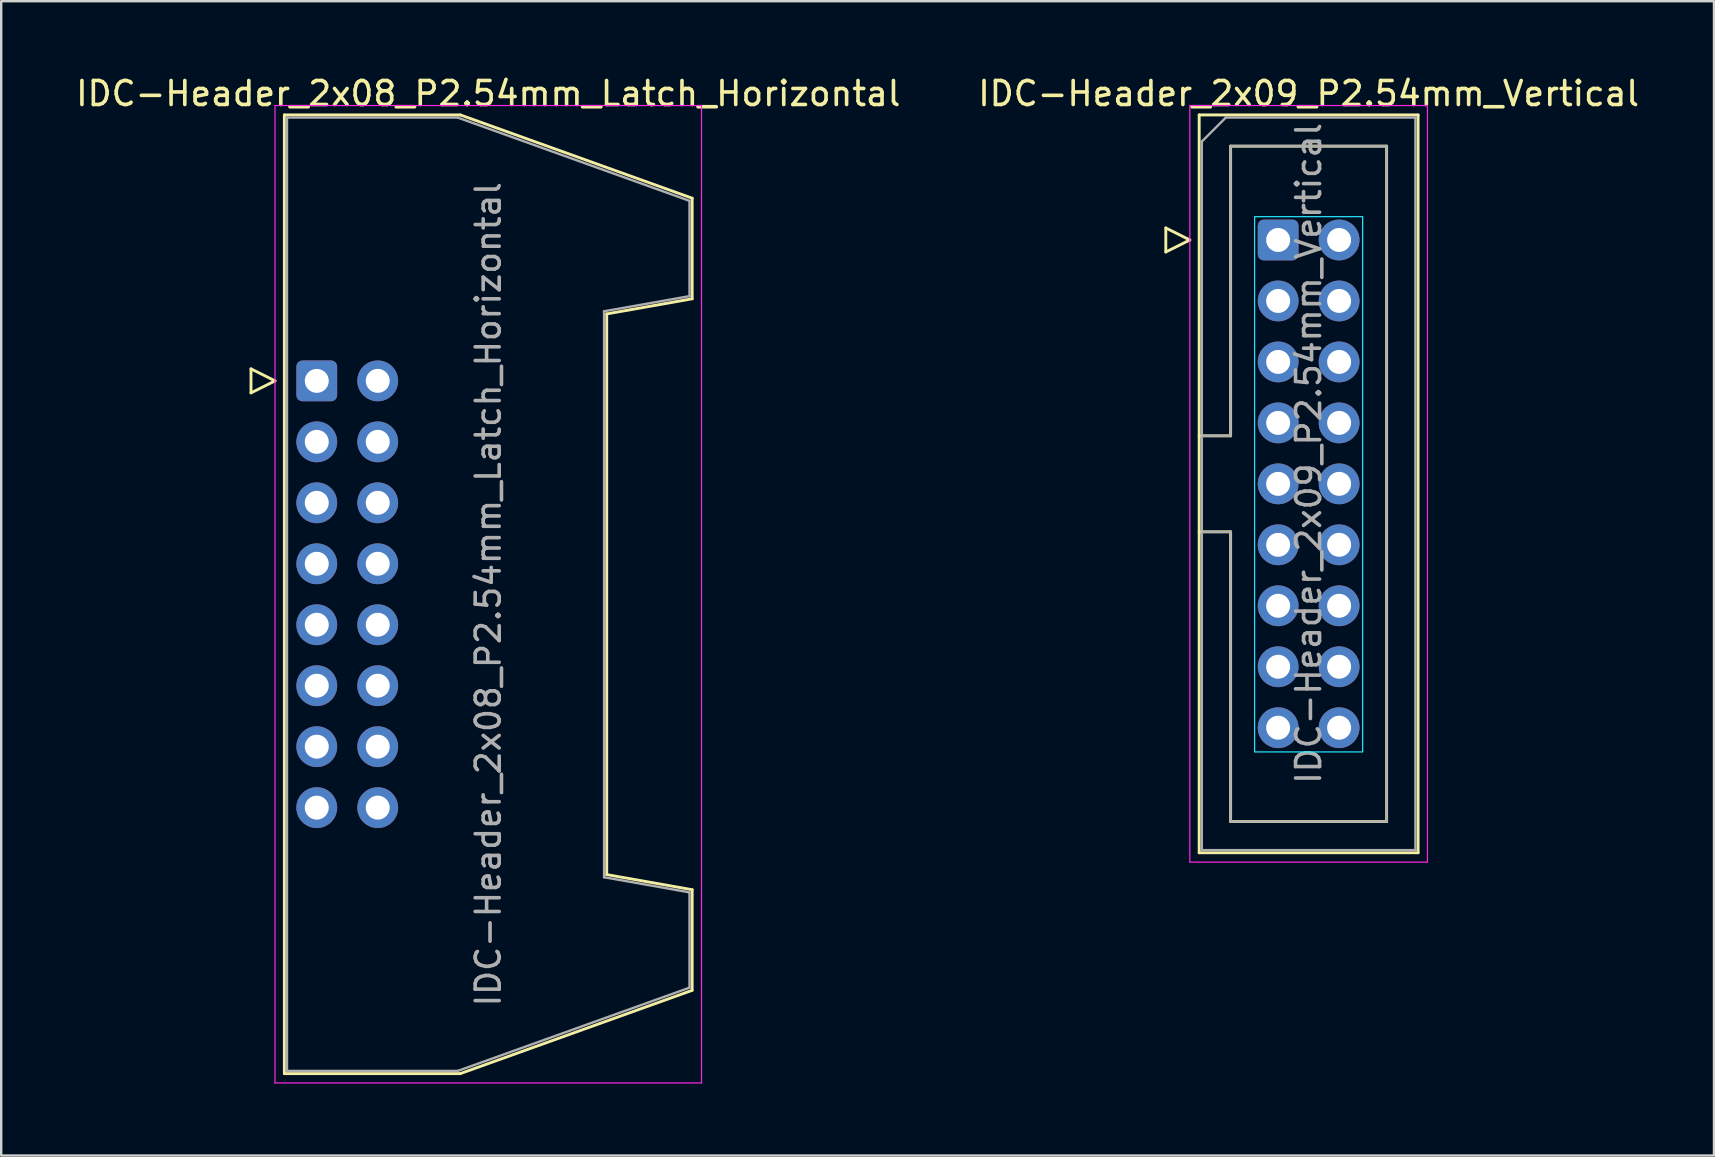
<source format=kicad_pcb>
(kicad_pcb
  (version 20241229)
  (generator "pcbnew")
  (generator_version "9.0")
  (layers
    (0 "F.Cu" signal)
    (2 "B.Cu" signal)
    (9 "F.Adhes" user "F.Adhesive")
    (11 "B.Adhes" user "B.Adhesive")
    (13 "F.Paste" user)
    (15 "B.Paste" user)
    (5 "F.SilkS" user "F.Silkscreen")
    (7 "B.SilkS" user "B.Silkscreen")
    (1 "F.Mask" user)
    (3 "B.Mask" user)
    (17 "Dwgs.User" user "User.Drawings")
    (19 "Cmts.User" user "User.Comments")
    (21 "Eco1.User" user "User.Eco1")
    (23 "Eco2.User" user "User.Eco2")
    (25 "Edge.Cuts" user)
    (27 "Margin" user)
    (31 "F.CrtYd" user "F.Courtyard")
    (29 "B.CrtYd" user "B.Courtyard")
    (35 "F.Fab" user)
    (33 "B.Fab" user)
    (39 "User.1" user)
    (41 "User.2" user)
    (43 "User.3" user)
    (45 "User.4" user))
  (footprint "IDC-Header_2x08_P2.54mm_Latch_Horizontal"
    (layer "F.Cu")
    (at 10.147 12.818)
    (property "Reference" "IDC-Header_2x08_P2.54mm_Latch_Horizontal" (at 7.145 -11.97 0) (layer "F.SilkS") (effects (font (size 1 1) (thickness 0.15))))
    (attr through_hole)
    (fp_line (start -2.74 -0.5) (end -2.74 0.5) (stroke (width 0.12) (type solid)) (layer "F.SilkS"))
    (fp_line (start -2.74 0.5) (end -1.74 0) (stroke (width 0.12) (type solid)) (layer "F.SilkS"))
    (fp_line (start -1.74 0) (end -2.74 -0.5) (stroke (width 0.12) (type solid)) (layer "F.SilkS"))
    (fp_line (start -1.35 -11.08) (end 5.98 -11.08) (stroke (width 0.12) (type solid)) (layer "F.SilkS"))
    (fp_line (start -1.35 28.86) (end -1.35 -11.08) (stroke (width 0.12) (type solid)) (layer "F.SilkS"))
    (fp_line (start 5.98 -11.08) (end 15.64 -7.61) (stroke (width 0.12) (type solid)) (layer "F.SilkS"))
    (fp_line (start 5.98 28.86) (end -1.35 28.86) (stroke (width 0.12) (type solid)) (layer "F.SilkS"))
    (fp_line (start 12.08 -2.79) (end 12.08 20.57) (stroke (width 0.12) (type solid)) (layer "F.SilkS"))
    (fp_line (start 12.08 20.57) (end 15.64 21.2) (stroke (width 0.12) (type solid)) (layer "F.SilkS"))
    (fp_line (start 15.64 -7.61) (end 15.64 -3.42) (stroke (width 0.12) (type solid)) (layer "F.SilkS"))
    (fp_line (start 15.64 -3.42) (end 12.08 -2.79) (stroke (width 0.12) (type solid)) (layer "F.SilkS"))
    (fp_line (start 15.64 21.2) (end 15.64 25.39) (stroke (width 0.12) (type solid)) (layer "F.SilkS"))
    (fp_line (start 15.64 25.39) (end 5.98 28.86) (stroke (width 0.12) (type solid)) (layer "F.SilkS"))
    (fp_line (start -1.74 -11.47) (end -1.74 29.25) (stroke (width 0.05) (type solid)) (layer "F.CrtYd"))
    (fp_line (start -1.74 29.25) (end 16.03 29.25) (stroke (width 0.05) (type solid)) (layer "F.CrtYd"))
    (fp_line (start 16.03 -11.47) (end -1.74 -11.47) (stroke (width 0.05) (type solid)) (layer "F.CrtYd"))
    (fp_line (start 16.03 29.25) (end 16.03 -11.47) (stroke (width 0.05) (type solid)) (layer "F.CrtYd"))
    (fp_line (start -1.24 -10.97) (end 5.87 -10.97) (stroke (width 0.1) (type solid)) (layer "F.Fab"))
    (fp_line (start -1.24 28.75) (end -1.24 -10.97) (stroke (width 0.1) (type solid)) (layer "F.Fab"))
    (fp_line (start 5.87 -10.97) (end 15.53 -7.5) (stroke (width 0.1) (type solid)) (layer "F.Fab"))
    (fp_line (start 5.87 28.75) (end -1.24 28.75) (stroke (width 0.1) (type solid)) (layer "F.Fab"))
    (fp_line (start 11.97 -2.9) (end 11.97 20.68) (stroke (width 0.1) (type solid)) (layer "F.Fab"))
    (fp_line (start 11.97 20.68) (end 15.53 21.31) (stroke (width 0.1) (type solid)) (layer "F.Fab"))
    (fp_line (start 15.53 -7.5) (end 15.53 -3.53) (stroke (width 0.1) (type solid)) (layer "F.Fab"))
    (fp_line (start 15.53 -3.53) (end 11.97 -2.9) (stroke (width 0.1) (type solid)) (layer "F.Fab"))
    (fp_line (start 15.53 21.31) (end 15.53 25.28) (stroke (width 0.1) (type solid)) (layer "F.Fab"))
    (fp_line (start 15.53 25.28) (end 5.87 28.75) (stroke (width 0.1) (type solid)) (layer "F.Fab"))
    (fp_text user "${REFERENCE}" (at 7.145 8.89 90) (layer "F.Fab") (effects (font (size 1 1) (thickness 0.15))))
    (pad "1" thru_hole roundrect (at 0 0) (size 1.7 1.7) (drill 1) (layers "*.Cu" "*.Mask") (roundrect_rratio 0.147))
    (pad "2" thru_hole circle (at 2.54 0) (size 1.7 1.7) (drill 1) (layers "*.Cu" "*.Mask"))
    (pad "3" thru_hole circle (at 0 2.54) (size 1.7 1.7) (drill 1) (layers "*.Cu" "*.Mask"))
    (pad "4" thru_hole circle (at 2.54 2.54) (size 1.7 1.7) (drill 1) (layers "*.Cu" "*.Mask"))
    (pad "5" thru_hole circle (at 0 5.08) (size 1.7 1.7) (drill 1) (layers "*.Cu" "*.Mask"))
    (pad "6" thru_hole circle (at 2.54 5.08) (size 1.7 1.7) (drill 1) (layers "*.Cu" "*.Mask"))
    (pad "7" thru_hole circle (at 0 7.62) (size 1.7 1.7) (drill 1) (layers "*.Cu" "*.Mask"))
    (pad "8" thru_hole circle (at 2.54 7.62) (size 1.7 1.7) (drill 1) (layers "*.Cu" "*.Mask"))
    (pad "9" thru_hole circle (at 0 10.16) (size 1.7 1.7) (drill 1) (layers "*.Cu" "*.Mask"))
    (pad "10" thru_hole circle (at 2.54 10.16) (size 1.7 1.7) (drill 1) (layers "*.Cu" "*.Mask"))
    (pad "11" thru_hole circle (at 0 12.7) (size 1.7 1.7) (drill 1) (layers "*.Cu" "*.Mask"))
    (pad "12" thru_hole circle (at 2.54 12.7) (size 1.7 1.7) (drill 1) (layers "*.Cu" "*.Mask"))
    (pad "13" thru_hole circle (at 0 15.24) (size 1.7 1.7) (drill 1) (layers "*.Cu" "*.Mask"))
    (pad "14" thru_hole circle (at 2.54 15.24) (size 1.7 1.7) (drill 1) (layers "*.Cu" "*.Mask"))
    (pad "15" thru_hole circle (at 0 17.78) (size 1.7 1.7) (drill 1) (layers "*.Cu" "*.Mask"))
    (pad "16" thru_hole circle (at 2.54 17.78) (size 1.7 1.7) (drill 1) (layers "*.Cu" "*.Mask")))
  (footprint "IDC-Header_2x09_P2.54mm_Vertical"
    (layer "F.Cu")
    (at 50.2 6.948)
    (property "Reference" "IDC-Header_2x09_P2.54mm_Vertical" (at 1.27 -6.1 0) (layer "F.SilkS") (effects (font (size 1 1) (thickness 0.15))))
    (attr through_hole)
    (fp_line (start -4.68 -0.5) (end -4.68 0.5) (stroke (width 0.12) (type solid)) (layer "F.SilkS"))
    (fp_line (start -4.68 0.5) (end -3.68 0) (stroke (width 0.12) (type solid)) (layer "F.SilkS"))
    (fp_line (start -3.68 0) (end -4.68 -0.5) (stroke (width 0.12) (type solid)) (layer "F.SilkS"))
    (fp_line (start -3.29 -5.21) (end 5.83 -5.21) (stroke (width 0.12) (type solid)) (layer "F.SilkS"))
    (fp_line (start -3.29 8.16) (end -1.98 8.16) (stroke (width 0.12) (type solid)) (layer "F.SilkS"))
    (fp_line (start -3.29 25.53) (end -3.29 -5.21) (stroke (width 0.12) (type solid)) (layer "F.SilkS"))
    (fp_line (start -1.98 -3.91) (end 4.52 -3.91) (stroke (width 0.12) (type solid)) (layer "F.SilkS"))
    (fp_line (start -1.98 8.16) (end -1.98 -3.91) (stroke (width 0.12) (type solid)) (layer "F.SilkS"))
    (fp_line (start -1.98 12.16) (end -3.29 12.16) (stroke (width 0.12) (type solid)) (layer "F.SilkS"))
    (fp_line (start -1.98 12.16) (end -1.98 24.23) (stroke (width 0.12) (type solid)) (layer "F.SilkS"))
    (fp_line (start -1.98 24.23) (end 4.52 24.23) (stroke (width 0.12) (type solid)) (layer "F.SilkS"))
    (fp_line (start 4.52 24.23) (end 4.52 -3.91) (stroke (width 0.12) (type solid)) (layer "F.SilkS"))
    (fp_line (start 5.83 -5.21) (end 5.83 25.53) (stroke (width 0.12) (type solid)) (layer "F.SilkS"))
    (fp_line (start 5.83 25.53) (end -3.29 25.53) (stroke (width 0.12) (type solid)) (layer "F.SilkS"))
    (fp_rect (start -0.98 -0.97) (end 3.52 21.33) (stroke (width 0.05) (type default)) (fill no) (layer "B.CrtYd"))
    (fp_line (start -3.68 -5.6) (end -3.68 25.92) (stroke (width 0.05) (type solid)) (layer "F.CrtYd"))
    (fp_line (start -3.68 25.92) (end 6.22 25.92) (stroke (width 0.05) (type solid)) (layer "F.CrtYd"))
    (fp_line (start 6.22 -5.6) (end -3.68 -5.6) (stroke (width 0.05) (type solid)) (layer "F.CrtYd"))
    (fp_line (start 6.22 25.92) (end 6.22 -5.6) (stroke (width 0.05) (type solid)) (layer "F.CrtYd"))
    (fp_line (start -3.18 -4.1) (end -2.18 -5.1) (stroke (width 0.1) (type solid)) (layer "F.Fab"))
    (fp_line (start -3.18 8.16) (end -1.98 8.16) (stroke (width 0.1) (type solid)) (layer "F.Fab"))
    (fp_line (start -3.18 25.42) (end -3.18 -4.1) (stroke (width 0.1) (type solid)) (layer "F.Fab"))
    (fp_line (start -2.18 -5.1) (end 5.72 -5.1) (stroke (width 0.1) (type solid)) (layer "F.Fab"))
    (fp_line (start -1.98 -3.91) (end 4.52 -3.91) (stroke (width 0.1) (type solid)) (layer "F.Fab"))
    (fp_line (start -1.98 8.16) (end -1.98 -3.91) (stroke (width 0.1) (type solid)) (layer "F.Fab"))
    (fp_line (start -1.98 12.16) (end -3.18 12.16) (stroke (width 0.1) (type solid)) (layer "F.Fab"))
    (fp_line (start -1.98 24.23) (end -1.98 12.16) (stroke (width 0.1) (type solid)) (layer "F.Fab"))
    (fp_line (start 4.52 -3.91) (end 4.52 24.23) (stroke (width 0.1) (type solid)) (layer "F.Fab"))
    (fp_line (start 4.52 24.23) (end -1.98 24.23) (stroke (width 0.1) (type solid)) (layer "F.Fab"))
    (fp_line (start 5.72 -5.1) (end 5.72 25.42) (stroke (width 0.1) (type solid)) (layer "F.Fab"))
    (fp_line (start 5.72 25.42) (end -3.18 25.42) (stroke (width 0.1) (type solid)) (layer "F.Fab"))
    (fp_text user "${REFERENCE}" (at 1.27 8.89 90) (layer "F.Fab") (effects (font (size 1 1) (thickness 0.15))))
    (pad "1" thru_hole roundrect (at 0 0) (size 1.7 1.7) (drill 1) (layers "*.Cu" "*.Mask") (roundrect_rratio 0.147))
    (pad "2" thru_hole circle (at 2.54 0) (size 1.7 1.7) (drill 1) (layers "*.Cu" "*.Mask"))
    (pad "3" thru_hole circle (at 0 2.54) (size 1.7 1.7) (drill 1) (layers "*.Cu" "*.Mask"))
    (pad "4" thru_hole circle (at 2.54 2.54) (size 1.7 1.7) (drill 1) (layers "*.Cu" "*.Mask"))
    (pad "5" thru_hole circle (at 0 5.08) (size 1.7 1.7) (drill 1) (layers "*.Cu" "*.Mask"))
    (pad "6" thru_hole circle (at 2.54 5.08) (size 1.7 1.7) (drill 1) (layers "*.Cu" "*.Mask"))
    (pad "7" thru_hole circle (at 0 7.62) (size 1.7 1.7) (drill 1) (layers "*.Cu" "*.Mask"))
    (pad "8" thru_hole circle (at 2.54 7.62) (size 1.7 1.7) (drill 1) (layers "*.Cu" "*.Mask"))
    (pad "9" thru_hole circle (at 0 10.16) (size 1.7 1.7) (drill 1) (layers "*.Cu" "*.Mask"))
    (pad "10" thru_hole circle (at 2.54 10.16) (size 1.7 1.7) (drill 1) (layers "*.Cu" "*.Mask"))
    (pad "11" thru_hole circle (at 0 12.7) (size 1.7 1.7) (drill 1) (layers "*.Cu" "*.Mask"))
    (pad "12" thru_hole circle (at 2.54 12.7) (size 1.7 1.7) (drill 1) (layers "*.Cu" "*.Mask"))
    (pad "13" thru_hole circle (at 0 15.24) (size 1.7 1.7) (drill 1) (layers "*.Cu" "*.Mask"))
    (pad "14" thru_hole circle (at 2.54 15.24) (size 1.7 1.7) (drill 1) (layers "*.Cu" "*.Mask"))
    (pad "15" thru_hole circle (at 0 17.78) (size 1.7 1.7) (drill 1) (layers "*.Cu" "*.Mask"))
    (pad "16" thru_hole circle (at 2.54 17.78) (size 1.7 1.7) (drill 1) (layers "*.Cu" "*.Mask"))
    (pad "17" thru_hole circle (at 0 20.32) (size 1.7 1.7) (drill 1) (layers "*.Cu" "*.Mask"))
    (pad "18" thru_hole circle (at 2.54 20.32) (size 1.7 1.7) (drill 1) (layers "*.Cu" "*.Mask")))
  (gr_rect
    (start -3 -3)
    (end 68.357 45.093)
    (stroke (width 0.1) (type default))
    (fill no)
    (layer "Edge.Cuts")))
</source>
